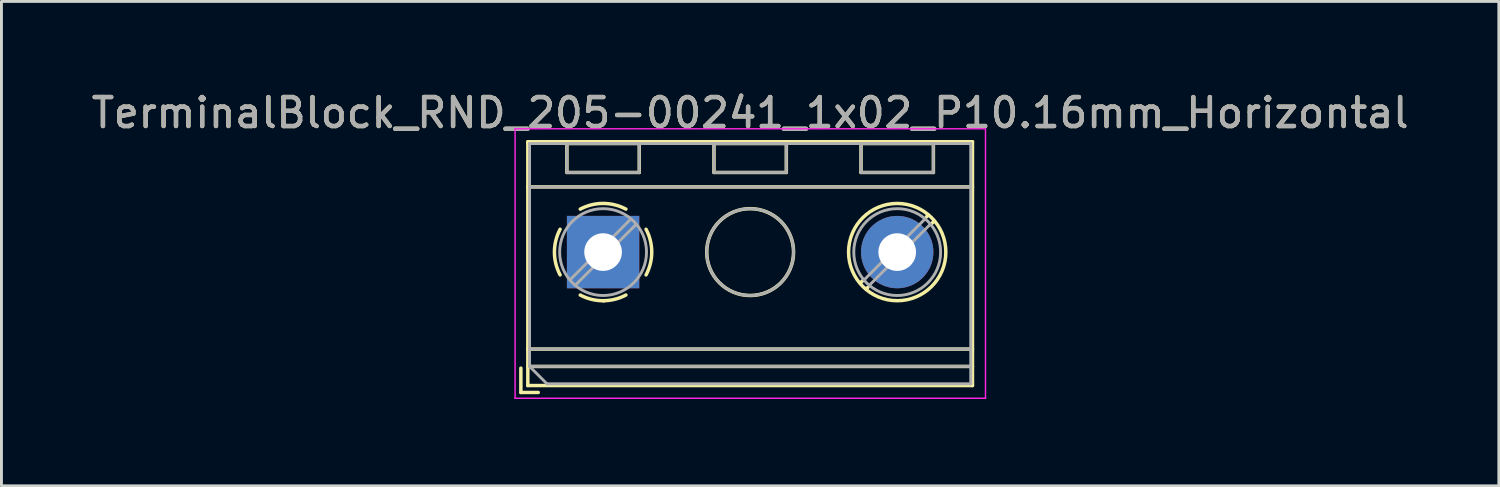
<source format=kicad_pcb>
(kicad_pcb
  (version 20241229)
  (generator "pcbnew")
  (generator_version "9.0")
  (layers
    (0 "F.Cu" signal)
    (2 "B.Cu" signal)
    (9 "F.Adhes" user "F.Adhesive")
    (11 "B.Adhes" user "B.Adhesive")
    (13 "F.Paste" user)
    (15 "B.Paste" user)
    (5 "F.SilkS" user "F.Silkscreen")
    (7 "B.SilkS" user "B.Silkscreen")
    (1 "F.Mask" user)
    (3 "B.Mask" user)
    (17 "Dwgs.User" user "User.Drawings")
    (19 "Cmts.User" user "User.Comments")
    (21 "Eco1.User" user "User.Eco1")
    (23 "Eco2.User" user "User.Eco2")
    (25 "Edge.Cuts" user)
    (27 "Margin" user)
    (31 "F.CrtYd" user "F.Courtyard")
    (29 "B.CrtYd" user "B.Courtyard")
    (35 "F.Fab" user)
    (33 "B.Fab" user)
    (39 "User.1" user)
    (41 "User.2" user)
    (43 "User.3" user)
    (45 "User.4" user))
  (footprint "TerminalBlock_RND_205-00241_1x02_P10.16mm_Horizontal"
    (layer "F.Cu")
    (at 17.783 5.658)
    (property "Reference" "TerminalBlock_RND_205-00241_1x02_P10.16mm_Horizontal" (at 5.08 -4.81 0) (layer "F.SilkS") (effects (font (size 1 1) (thickness 0.15))))
    (attr through_hole)
    (fp_line (start -2.84 4.01) (end -2.84 4.85) (stroke (width 0.12) (type solid)) (layer "F.SilkS"))
    (fp_line (start -2.84 4.85) (end -2.24 4.85) (stroke (width 0.12) (type solid)) (layer "F.SilkS"))
    (fp_line (start -2.6 -3.811) (end -2.6 4.61) (stroke (width 0.12) (type solid)) (layer "F.SilkS"))
    (fp_line (start -2.6 -3.811) (end 12.76 -3.811) (stroke (width 0.12) (type solid)) (layer "F.SilkS"))
    (fp_line (start -2.6 -2.251) (end 12.76 -2.251) (stroke (width 0.12) (type solid)) (layer "F.SilkS"))
    (fp_line (start -2.6 3.35) (end 12.76 3.35) (stroke (width 0.12) (type solid)) (layer "F.SilkS"))
    (fp_line (start -2.6 3.95) (end 12.76 3.95) (stroke (width 0.12) (type solid)) (layer "F.SilkS"))
    (fp_line (start -2.6 4.61) (end 12.76 4.61) (stroke (width 0.12) (type solid)) (layer "F.SilkS"))
    (fp_line (start -1.25 -3.751) (end -1.25 -2.751) (stroke (width 0.12) (type solid)) (layer "F.SilkS"))
    (fp_line (start -1.25 -3.751) (end 1.25 -3.751) (stroke (width 0.12) (type solid)) (layer "F.SilkS"))
    (fp_line (start -1.25 -2.751) (end 1.25 -2.751) (stroke (width 0.12) (type solid)) (layer "F.SilkS"))
    (fp_line (start 1.25 -3.751) (end 1.25 -2.751) (stroke (width 0.12) (type solid)) (layer "F.SilkS"))
    (fp_line (start 3.83 -3.751) (end 3.83 -2.751) (stroke (width 0.12) (type solid)) (layer "F.SilkS"))
    (fp_line (start 3.83 -3.751) (end 6.33 -3.751) (stroke (width 0.12) (type solid)) (layer "F.SilkS"))
    (fp_line (start 3.83 -2.751) (end 6.33 -2.751) (stroke (width 0.12) (type solid)) (layer "F.SilkS"))
    (fp_line (start 6.33 -3.751) (end 6.33 -2.751) (stroke (width 0.12) (type solid)) (layer "F.SilkS"))
    (fp_line (start 8.91 -3.751) (end 8.91 -2.751) (stroke (width 0.12) (type solid)) (layer "F.SilkS"))
    (fp_line (start 8.91 -3.751) (end 11.41 -3.751) (stroke (width 0.12) (type solid)) (layer "F.SilkS"))
    (fp_line (start 8.91 -2.751) (end 11.41 -2.751) (stroke (width 0.12) (type solid)) (layer "F.SilkS"))
    (fp_line (start 8.98 0.976) (end 8.886 1.069) (stroke (width 0.12) (type solid)) (layer "F.SilkS"))
    (fp_line (start 9.15 1.216) (end 9.091 1.274) (stroke (width 0.12) (type solid)) (layer "F.SilkS"))
    (fp_line (start 11.23 -1.275) (end 11.171 -1.216) (stroke (width 0.12) (type solid)) (layer "F.SilkS"))
    (fp_line (start 11.41 -3.751) (end 11.41 -2.751) (stroke (width 0.12) (type solid)) (layer "F.SilkS"))
    (fp_line (start 11.435 -1.069) (end 11.341 -0.976) (stroke (width 0.12) (type solid)) (layer "F.SilkS"))
    (fp_line (start 12.76 -3.811) (end 12.76 4.61) (stroke (width 0.12) (type solid)) (layer "F.SilkS"))
    (fp_arc (start -1.483953 0.789089) (mid -1.680708 0.00005) (end -1.484 -0.789) (stroke (width 0.12) (type solid)) (layer "F.SilkS"))
    (fp_arc (start -0.789089 -1.483953) (mid -0.00005 -1.680708) (end 0.789 -1.484) (stroke (width 0.12) (type solid)) (layer "F.SilkS"))
    (fp_arc (start 0.029383 1.68045) (mid -0.392304 1.634281) (end -0.789 1.484) (stroke (width 0.12) (type solid)) (layer "F.SilkS"))
    (fp_arc (start 0.788712 1.483352) (mid 0.406429 1.630097) (end 0 1.68) (stroke (width 0.12) (type solid)) (layer "F.SilkS"))
    (fp_arc (start 1.483953 -0.789089) (mid 1.680708 -0.00005) (end 1.484 0.789) (stroke (width 0.12) (type solid)) (layer "F.SilkS"))
    (fp_circle (center 5.08 0) (end 6.58 0) (stroke (width 0.12) (type solid)) (fill no) (layer "F.SilkS"))
    (fp_circle (center 10.16 0) (end 11.84 0) (stroke (width 0.12) (type solid)) (fill no) (layer "F.SilkS"))
    (fp_line (start -3.04 -4.26) (end -3.04 5.05) (stroke (width 0.05) (type solid)) (layer "F.CrtYd"))
    (fp_line (start -3.04 5.05) (end 13.21 5.05) (stroke (width 0.05) (type solid)) (layer "F.CrtYd"))
    (fp_line (start 13.21 -4.26) (end -3.04 -4.26) (stroke (width 0.05) (type solid)) (layer "F.CrtYd"))
    (fp_line (start 13.21 5.05) (end 13.21 -4.26) (stroke (width 0.05) (type solid)) (layer "F.CrtYd"))
    (fp_line (start -2.54 -3.75) (end 12.7 -3.75) (stroke (width 0.1) (type solid)) (layer "F.Fab"))
    (fp_line (start -2.54 -2.25) (end 12.7 -2.25) (stroke (width 0.1) (type solid)) (layer "F.Fab"))
    (fp_line (start -2.54 3.35) (end 12.7 3.35) (stroke (width 0.1) (type solid)) (layer "F.Fab"))
    (fp_line (start -2.54 3.95) (end -2.54 -3.75) (stroke (width 0.1) (type solid)) (layer "F.Fab"))
    (fp_line (start -2.54 3.95) (end 12.7 3.95) (stroke (width 0.1) (type solid)) (layer "F.Fab"))
    (fp_line (start -1.94 4.55) (end -2.54 3.95) (stroke (width 0.1) (type solid)) (layer "F.Fab"))
    (fp_line (start -1.25 -3.75) (end -1.25 -2.75) (stroke (width 0.1) (type solid)) (layer "F.Fab"))
    (fp_line (start -1.25 -2.75) (end 1.25 -2.75) (stroke (width 0.1) (type solid)) (layer "F.Fab"))
    (fp_line (start 0.955 -1.138) (end -1.138 0.955) (stroke (width 0.1) (type solid)) (layer "F.Fab"))
    (fp_line (start 1.138 -0.955) (end -0.955 1.138) (stroke (width 0.1) (type solid)) (layer "F.Fab"))
    (fp_line (start 1.25 -3.75) (end -1.25 -3.75) (stroke (width 0.1) (type solid)) (layer "F.Fab"))
    (fp_line (start 1.25 -2.75) (end 1.25 -3.75) (stroke (width 0.1) (type solid)) (layer "F.Fab"))
    (fp_line (start 3.83 -3.75) (end 3.83 -2.75) (stroke (width 0.1) (type solid)) (layer "F.Fab"))
    (fp_line (start 3.83 -2.75) (end 6.33 -2.75) (stroke (width 0.1) (type solid)) (layer "F.Fab"))
    (fp_line (start 6.33 -3.75) (end 3.83 -3.75) (stroke (width 0.1) (type solid)) (layer "F.Fab"))
    (fp_line (start 6.33 -2.75) (end 6.33 -3.75) (stroke (width 0.1) (type solid)) (layer "F.Fab"))
    (fp_line (start 8.91 -3.75) (end 8.91 -2.75) (stroke (width 0.1) (type solid)) (layer "F.Fab"))
    (fp_line (start 8.91 -2.75) (end 11.41 -2.75) (stroke (width 0.1) (type solid)) (layer "F.Fab"))
    (fp_line (start 11.115 -1.138) (end 9.023 0.955) (stroke (width 0.1) (type solid)) (layer "F.Fab"))
    (fp_line (start 11.298 -0.955) (end 9.206 1.138) (stroke (width 0.1) (type solid)) (layer "F.Fab"))
    (fp_line (start 11.41 -3.75) (end 8.91 -3.75) (stroke (width 0.1) (type solid)) (layer "F.Fab"))
    (fp_line (start 11.41 -2.75) (end 11.41 -3.75) (stroke (width 0.1) (type solid)) (layer "F.Fab"))
    (fp_line (start 12.7 -3.75) (end 12.7 4.55) (stroke (width 0.1) (type solid)) (layer "F.Fab"))
    (fp_line (start 12.7 4.55) (end -1.94 4.55) (stroke (width 0.1) (type solid)) (layer "F.Fab"))
    (fp_circle (center 0 0) (end 1.5 0) (stroke (width 0.1) (type solid)) (fill no) (layer "F.Fab"))
    (fp_circle (center 5.08 0) (end 6.58 0) (stroke (width 0.1) (type solid)) (fill no) (layer "F.Fab"))
    (fp_circle (center 10.16 0) (end 11.66 0) (stroke (width 0.1) (type solid)) (fill no) (layer "F.Fab"))
    (fp_text user "${REFERENCE}" (at 5.08 -4.81 0) (layer "F.Fab") (effects (font (size 1 1) (thickness 0.15))))
    (pad "1" thru_hole rect (at 0 0) (size 2.5 2.5) (drill 1.3) (layers "*.Cu" "*.Mask"))
    (pad "2" thru_hole circle (at 10.16 0) (size 2.5 2.5) (drill 1.3) (layers "*.Cu" "*.Mask")))
  (gr_rect
    (start -3 -3)
    (end 48.726 13.733)
    (stroke (width 0.1) (type default))
    (fill no)
    (layer "Edge.Cuts")))
</source>
